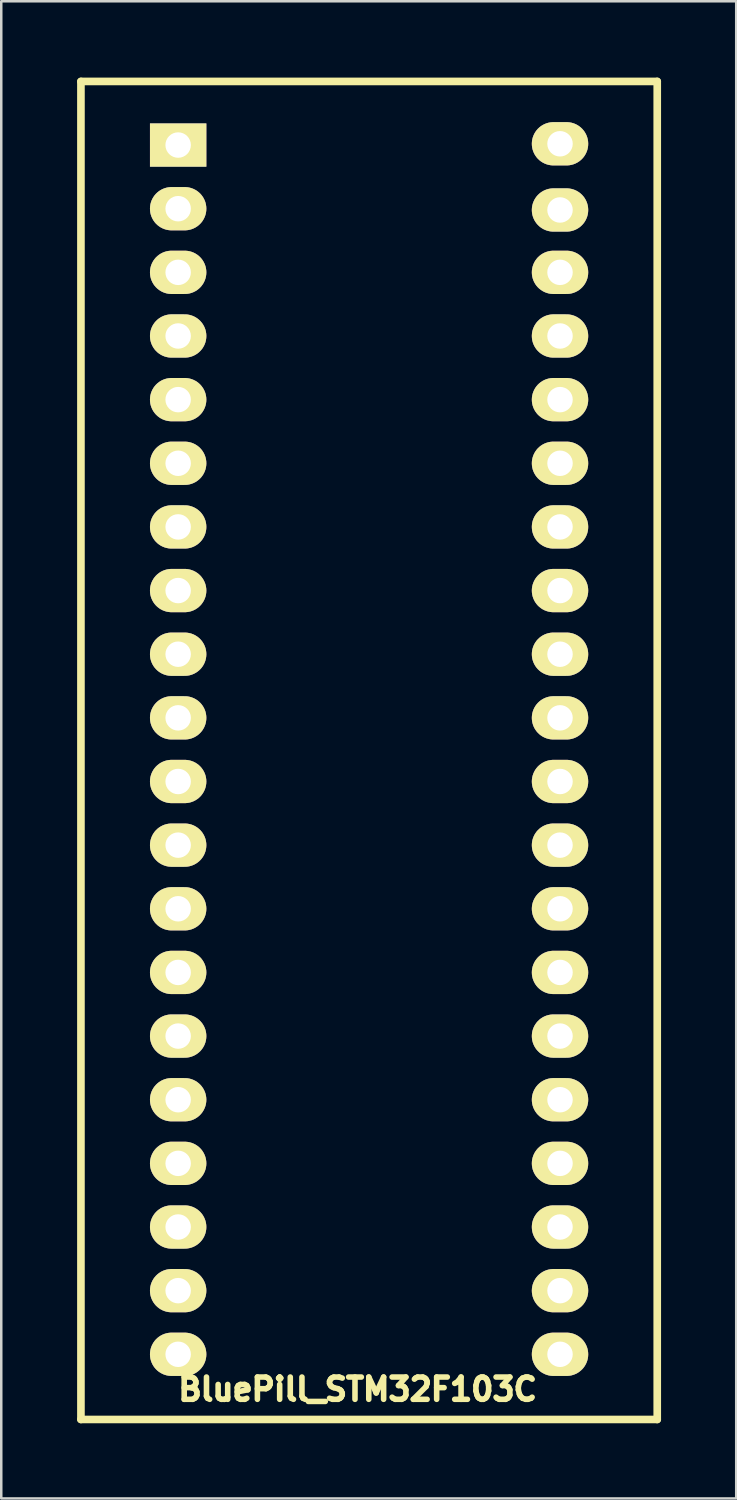
<source format=kicad_pcb>
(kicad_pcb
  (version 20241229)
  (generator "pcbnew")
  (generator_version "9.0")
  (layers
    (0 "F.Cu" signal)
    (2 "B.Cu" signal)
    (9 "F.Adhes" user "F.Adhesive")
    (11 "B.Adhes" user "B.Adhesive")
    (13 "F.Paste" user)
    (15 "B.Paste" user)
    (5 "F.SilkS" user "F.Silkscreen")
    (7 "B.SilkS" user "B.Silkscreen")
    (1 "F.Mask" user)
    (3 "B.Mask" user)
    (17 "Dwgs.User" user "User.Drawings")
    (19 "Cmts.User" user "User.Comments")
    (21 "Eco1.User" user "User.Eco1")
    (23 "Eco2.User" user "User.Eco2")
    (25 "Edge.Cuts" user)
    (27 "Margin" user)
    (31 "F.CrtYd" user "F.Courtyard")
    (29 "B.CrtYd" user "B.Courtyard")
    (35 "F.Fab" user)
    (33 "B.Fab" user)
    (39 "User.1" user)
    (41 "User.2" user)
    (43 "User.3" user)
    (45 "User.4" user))
  (footprint "BluePill_STM32F103C"
    (layer "F.Cu")
    (at 0.25 0.25)
    (property "Reference" "BluePill_STM32F103C" (at 10.973 52.146 180) (layer "F.SilkS") (effects (font (size 0.889 0.889) (thickness 0.305))))
    (attr through_hole)
    (fp_line (start -0.07 -0.05) (end 22.93 -0.05) (stroke (width 0.305) (type solid)) (layer "F.SilkS"))
    (fp_line (start -0.07 53.35) (end -0.07 -0.05) (stroke (width 0.305) (type solid)) (layer "F.SilkS"))
    (fp_line (start 22.93 -0.05) (end 22.93 53.35) (stroke (width 0.305) (type solid)) (layer "F.SilkS"))
    (fp_line (start 22.93 53.35) (end -0.07 53.35) (stroke (width 0.305) (type solid)) (layer "F.SilkS"))
    (pad "1" thru_hole rect (at 3.81 2.489 270) (size 1.727 2.25) (drill 1.016) (layers "*.Cu" "*.Mask" "F.SilkS"))
    (pad "2" thru_hole oval (at 3.81 5.029 270) (size 1.727 2.25) (drill 1.016) (layers "*.Cu" "*.Mask" "F.SilkS"))
    (pad "3" thru_hole oval (at 3.81 7.569 270) (size 1.727 2.25) (drill 1.016) (layers "*.Cu" "*.Mask" "F.SilkS"))
    (pad "4" thru_hole oval (at 3.81 10.109 270) (size 1.727 2.25) (drill 1.016) (layers "*.Cu" "*.Mask" "F.SilkS"))
    (pad "5" thru_hole oval (at 3.81 12.649 270) (size 1.727 2.25) (drill 1.016) (layers "*.Cu" "*.Mask" "F.SilkS"))
    (pad "6" thru_hole oval (at 3.81 15.189 270) (size 1.727 2.25) (drill 1.016) (layers "*.Cu" "*.Mask" "F.SilkS"))
    (pad "7" thru_hole oval (at 3.81 17.729 270) (size 1.727 2.25) (drill 1.016) (layers "*.Cu" "*.Mask" "F.SilkS"))
    (pad "8" thru_hole oval (at 3.81 20.269 270) (size 1.727 2.25) (drill 1.016) (layers "*.Cu" "*.Mask" "F.SilkS"))
    (pad "9" thru_hole oval (at 3.81 22.809 270) (size 1.727 2.25) (drill 1.016) (layers "*.Cu" "*.Mask" "F.SilkS"))
    (pad "10" thru_hole oval (at 3.81 25.349 270) (size 1.727 2.25) (drill 1.016) (layers "*.Cu" "*.Mask" "F.SilkS"))
    (pad "11" thru_hole oval (at 3.81 27.889 270) (size 1.727 2.25) (drill 1.016) (layers "*.Cu" "*.Mask" "F.SilkS"))
    (pad "12" thru_hole oval (at 3.81 30.429 270) (size 1.727 2.25) (drill 1.016) (layers "*.Cu" "*.Mask" "F.SilkS"))
    (pad "13" thru_hole oval (at 3.81 32.969 270) (size 1.727 2.25) (drill 1.016) (layers "*.Cu" "*.Mask" "F.SilkS"))
    (pad "14" thru_hole oval (at 3.81 35.509 270) (size 1.727 2.25) (drill 1.016) (layers "*.Cu" "*.Mask" "F.SilkS"))
    (pad "15" thru_hole oval (at 3.81 38.049 270) (size 1.727 2.25) (drill 1.016) (layers "*.Cu" "*.Mask" "F.SilkS"))
    (pad "16" thru_hole oval (at 3.81 40.589 270) (size 1.727 2.25) (drill 1.016) (layers "*.Cu" "*.Mask" "F.SilkS"))
    (pad "17" thru_hole oval (at 3.81 43.129 270) (size 1.727 2.25) (drill 1.016) (layers "*.Cu" "*.Mask" "F.SilkS"))
    (pad "18" thru_hole oval (at 3.81 45.669 270) (size 1.727 2.25) (drill 1.016) (layers "*.Cu" "*.Mask" "F.SilkS"))
    (pad "19" thru_hole oval (at 3.81 48.209 270) (size 1.727 2.25) (drill 1.016) (layers "*.Cu" "*.Mask" "F.SilkS"))
    (pad "20" thru_hole oval (at 3.81 50.749 270) (size 1.727 2.25) (drill 1.016) (layers "*.Cu" "*.Mask" "F.SilkS"))
    (pad "21" thru_hole oval (at 19.05 50.749 90) (size 1.727 2.25) (drill 1.016) (layers "*.Cu" "*.Mask" "F.SilkS"))
    (pad "22" thru_hole oval (at 19.05 48.209 90) (size 1.727 2.25) (drill 1.016) (layers "*.Cu" "*.Mask" "F.SilkS"))
    (pad "23" thru_hole oval (at 19.05 45.669 90) (size 1.727 2.25) (drill 1.016) (layers "*.Cu" "*.Mask" "F.SilkS"))
    (pad "24" thru_hole oval (at 19.05 43.129 90) (size 1.727 2.25) (drill 1.016) (layers "*.Cu" "*.Mask" "F.SilkS"))
    (pad "25" thru_hole oval (at 19.05 40.589 90) (size 1.727 2.25) (drill 1.016) (layers "*.Cu" "*.Mask" "F.SilkS"))
    (pad "26" thru_hole oval (at 19.05 38.049 90) (size 1.727 2.25) (drill 1.016) (layers "*.Cu" "*.Mask" "F.SilkS"))
    (pad "27" thru_hole oval (at 19.05 35.509 90) (size 1.727 2.25) (drill 1.016) (layers "*.Cu" "*.Mask" "F.SilkS"))
    (pad "28" thru_hole oval (at 19.05 32.969 90) (size 1.727 2.25) (drill 1.016) (layers "*.Cu" "*.Mask" "F.SilkS"))
    (pad "29" thru_hole oval (at 19.05 30.429 90) (size 1.727 2.25) (drill 1.016) (layers "*.Cu" "*.Mask" "F.SilkS"))
    (pad "30" thru_hole oval (at 19.05 27.889 90) (size 1.727 2.25) (drill 1.016) (layers "*.Cu" "*.Mask" "F.SilkS"))
    (pad "31" thru_hole oval (at 19.05 25.349 90) (size 1.727 2.25) (drill 1.016) (layers "*.Cu" "*.Mask" "F.SilkS"))
    (pad "32" thru_hole oval (at 19.05 22.809 90) (size 1.727 2.25) (drill 1.016) (layers "*.Cu" "*.Mask" "F.SilkS"))
    (pad "33" thru_hole oval (at 19.05 20.269 90) (size 1.727 2.25) (drill 1.016) (layers "*.Cu" "*.Mask" "F.SilkS"))
    (pad "34" thru_hole oval (at 19.05 17.729 90) (size 1.727 2.25) (drill 1.016) (layers "*.Cu" "*.Mask" "F.SilkS"))
    (pad "35" thru_hole oval (at 19.05 15.189 90) (size 1.727 2.25) (drill 1.016) (layers "*.Cu" "*.Mask" "F.SilkS"))
    (pad "36" thru_hole oval (at 19.05 12.649 90) (size 1.727 2.25) (drill 1.016) (layers "*.Cu" "*.Mask" "F.SilkS"))
    (pad "37" thru_hole oval (at 19.05 10.109 90) (size 1.727 2.25) (drill 1.016) (layers "*.Cu" "*.Mask" "F.SilkS"))
    (pad "38" thru_hole oval (at 19.05 7.569 90) (size 1.727 2.25) (drill 1.016) (layers "*.Cu" "*.Mask" "F.SilkS"))
    (pad "39" thru_hole oval (at 19.05 5.08 90) (size 1.727 2.25) (drill 1.016) (layers "*.Cu" "*.Mask" "F.SilkS"))
    (pad "40" thru_hole oval (at 19.05 2.438 90) (size 1.727 2.25) (drill 1.016) (layers "*.Cu" "*.Mask" "F.SilkS")))
  (gr_rect
    (start -3 -3)
    (end 26.332 56.752)
    (stroke (width 0.1) (type default))
    (fill no)
    (layer "Edge.Cuts")))
</source>
